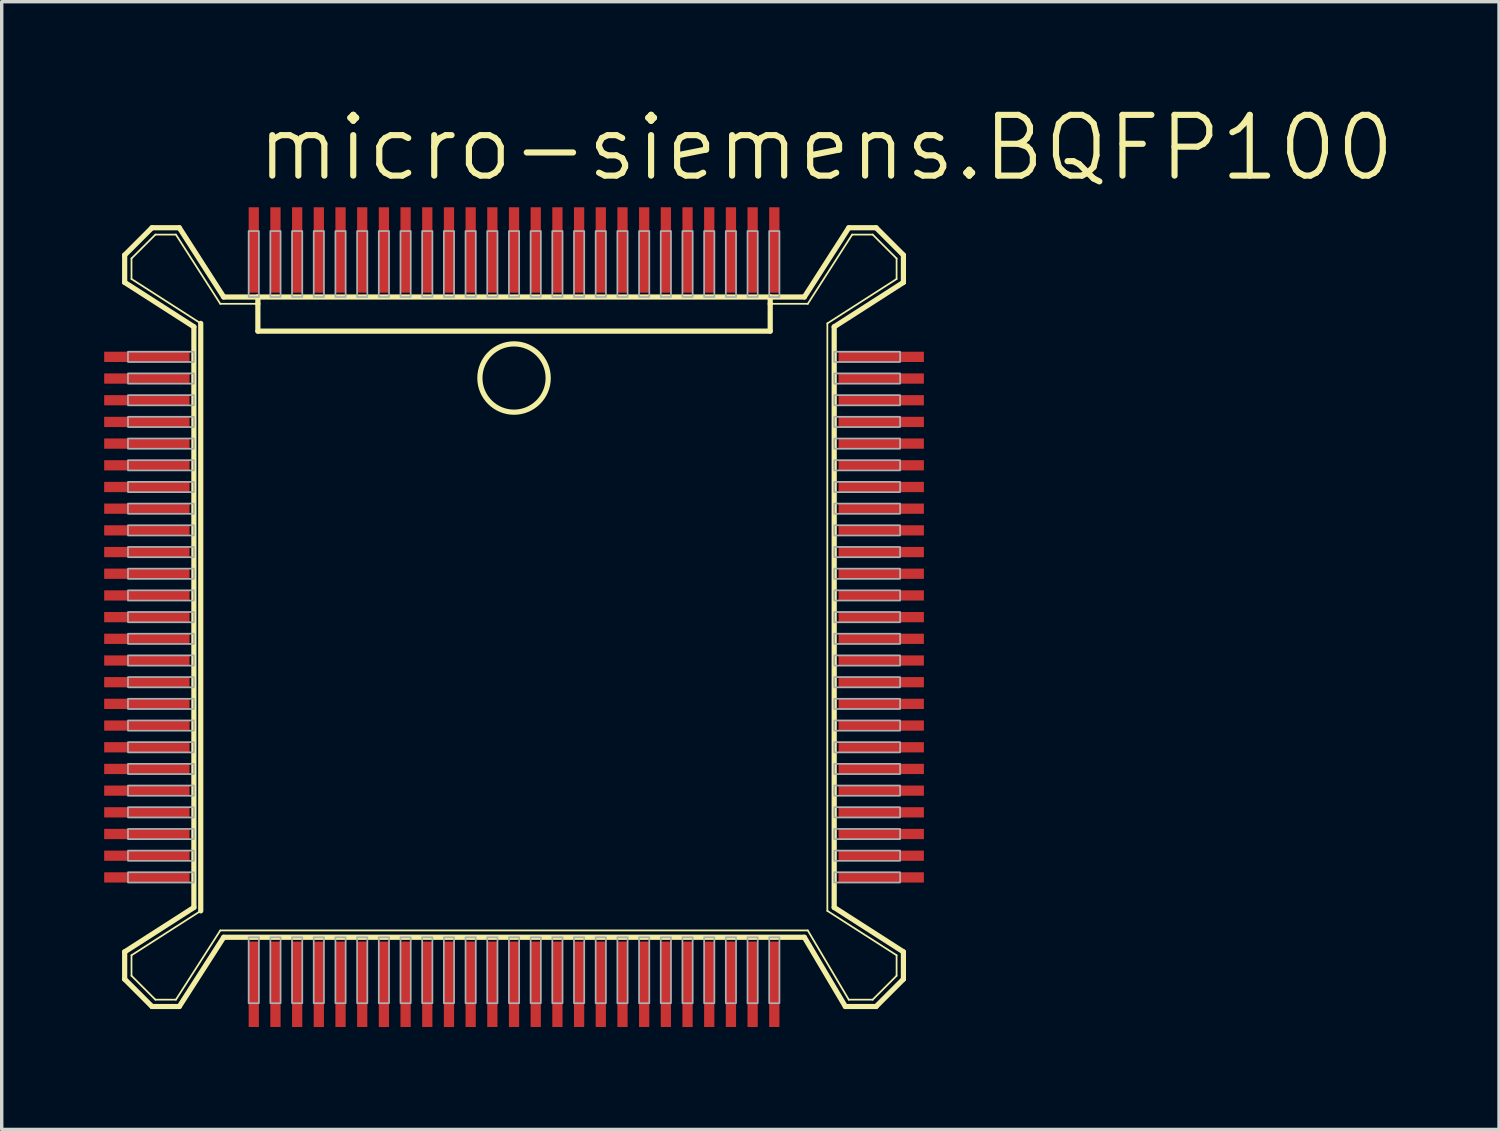
<source format=kicad_pcb>
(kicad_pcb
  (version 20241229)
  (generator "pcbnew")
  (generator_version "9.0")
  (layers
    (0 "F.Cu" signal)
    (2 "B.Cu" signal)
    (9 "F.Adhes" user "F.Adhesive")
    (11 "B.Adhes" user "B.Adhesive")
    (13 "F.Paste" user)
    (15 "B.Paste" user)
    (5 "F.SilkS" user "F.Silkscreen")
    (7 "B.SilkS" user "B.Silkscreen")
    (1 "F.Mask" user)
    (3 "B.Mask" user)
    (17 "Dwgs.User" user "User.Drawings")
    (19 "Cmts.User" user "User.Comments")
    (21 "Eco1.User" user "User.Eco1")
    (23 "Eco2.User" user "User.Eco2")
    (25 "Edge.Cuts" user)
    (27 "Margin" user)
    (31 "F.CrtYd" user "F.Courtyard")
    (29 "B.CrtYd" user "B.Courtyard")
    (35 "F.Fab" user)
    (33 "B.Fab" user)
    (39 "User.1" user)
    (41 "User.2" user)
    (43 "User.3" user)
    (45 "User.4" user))
  (footprint "micro-siemens.BQFP100"
    (layer "F.Cu")
    (at 12 15.018)
    (property "Reference" "micro-siemens.BQFP100" (at -7.62 -12.7 0) (layer "F.SilkS") (effects (font (size 1.778 1.778) (thickness 0.18)) (justify left bottom)))
    (attr smd)
    (fp_line (start -11.4 -10.6) (end -11.4 -9.8) (stroke (width 0.152) (type default)) (layer "F.SilkS"))
    (fp_line (start -11.4 10.6) (end -11.4 9.8) (stroke (width 0.152) (type default)) (layer "F.SilkS"))
    (fp_line (start -11.2 -10.5) (end -10.5 -11.2) (stroke (width 0.051) (type default)) (layer "F.SilkS"))
    (fp_line (start -11.2 -9.9) (end -11.2 -10.5) (stroke (width 0.051) (type default)) (layer "F.SilkS"))
    (fp_line (start -11.2 9.9) (end -9.173 8.6) (stroke (width 0.051) (type default)) (layer "F.SilkS"))
    (fp_line (start -11.2 10.5) (end -11.2 9.9) (stroke (width 0.051) (type default)) (layer "F.SilkS"))
    (fp_line (start -10.6 -11.4) (end -11.4 -10.6) (stroke (width 0.152) (type default)) (layer "F.SilkS"))
    (fp_line (start -10.6 -11.4) (end -9.8 -11.4) (stroke (width 0.152) (type default)) (layer "F.SilkS"))
    (fp_line (start -10.6 11.4) (end -11.4 10.6) (stroke (width 0.152) (type default)) (layer "F.SilkS"))
    (fp_line (start -10.6 11.4) (end -9.8 11.4) (stroke (width 0.152) (type default)) (layer "F.SilkS"))
    (fp_line (start -10.5 -11.2) (end -9.9 -11.2) (stroke (width 0.051) (type default)) (layer "F.SilkS"))
    (fp_line (start -10.5 11.2) (end -11.2 10.5) (stroke (width 0.051) (type default)) (layer "F.SilkS"))
    (fp_line (start -9.9 -11.2) (end -8.6 -9.173) (stroke (width 0.051) (type default)) (layer "F.SilkS"))
    (fp_line (start -9.9 11.2) (end -10.5 11.2) (stroke (width 0.051) (type default)) (layer "F.SilkS"))
    (fp_line (start -9.8 -11.4) (end -8.5 -9.373) (stroke (width 0.152) (type default)) (layer "F.SilkS"))
    (fp_line (start -9.8 11.4) (end -8.5 9.373) (stroke (width 0.152) (type default)) (layer "F.SilkS"))
    (fp_line (start -9.373 -8.5) (end -11.4 -9.8) (stroke (width 0.152) (type default)) (layer "F.SilkS"))
    (fp_line (start -9.373 8.5) (end -11.4 9.8) (stroke (width 0.152) (type default)) (layer "F.SilkS"))
    (fp_line (start -9.373 8.5) (end -9.373 -8.5) (stroke (width 0.152) (type default)) (layer "F.SilkS"))
    (fp_line (start -9.173 -8.6) (end -11.2 -9.9) (stroke (width 0.051) (type default)) (layer "F.SilkS"))
    (fp_line (start -9.173 8.6) (end -9.173 -8.6) (stroke (width 0.152) (type default)) (layer "F.SilkS"))
    (fp_line (start -8.6 -9.173) (end -7.5 -9.173) (stroke (width 0.051) (type default)) (layer "F.SilkS"))
    (fp_line (start -8.6 9.173) (end -9.9 11.2) (stroke (width 0.051) (type default)) (layer "F.SilkS"))
    (fp_line (start -8.5 -9.373) (end -7.5 -9.373) (stroke (width 0.152) (type default)) (layer "F.SilkS"))
    (fp_line (start -7.5 -9.373) (end 7.5 -9.373) (stroke (width 0.152) (type default)) (layer "F.SilkS"))
    (fp_line (start -7.5 -9.173) (end -7.5 -9.373) (stroke (width 0.152) (type default)) (layer "F.SilkS"))
    (fp_line (start -7.5 -8.373) (end -7.5 -9.173) (stroke (width 0.152) (type default)) (layer "F.SilkS"))
    (fp_line (start 7.5 -9.373) (end 7.5 -9.173) (stroke (width 0.152) (type default)) (layer "F.SilkS"))
    (fp_line (start 7.5 -9.373) (end 8.5 -9.373) (stroke (width 0.152) (type default)) (layer "F.SilkS"))
    (fp_line (start 7.5 -9.173) (end 7.5 -8.373) (stroke (width 0.152) (type default)) (layer "F.SilkS"))
    (fp_line (start 7.5 -8.373) (end -7.5 -8.373) (stroke (width 0.152) (type default)) (layer "F.SilkS"))
    (fp_line (start 8.5 9.373) (end -8.5 9.373) (stroke (width 0.152) (type default)) (layer "F.SilkS"))
    (fp_line (start 8.6 -9.173) (end 7.5 -9.173) (stroke (width 0.051) (type default)) (layer "F.SilkS"))
    (fp_line (start 8.6 9.173) (end -8.6 9.173) (stroke (width 0.051) (type default)) (layer "F.SilkS"))
    (fp_line (start 9.173 -8.6) (end 11.2 -9.9) (stroke (width 0.051) (type default)) (layer "F.SilkS"))
    (fp_line (start 9.173 8.6) (end 9.173 -8.6) (stroke (width 0.051) (type default)) (layer "F.SilkS"))
    (fp_line (start 9.373 -8.5) (end 9.373 8.5) (stroke (width 0.152) (type default)) (layer "F.SilkS"))
    (fp_line (start 9.7 11.4) (end 8.5 9.373) (stroke (width 0.152) (type default)) (layer "F.SilkS"))
    (fp_line (start 9.8 -11.4) (end 8.5 -9.373) (stroke (width 0.152) (type default)) (layer "F.SilkS"))
    (fp_line (start 9.8 11.2) (end 8.6 9.173) (stroke (width 0.051) (type default)) (layer "F.SilkS"))
    (fp_line (start 9.9 -11.2) (end 8.6 -9.173) (stroke (width 0.051) (type default)) (layer "F.SilkS"))
    (fp_line (start 10.5 -11.2) (end 9.9 -11.2) (stroke (width 0.051) (type default)) (layer "F.SilkS"))
    (fp_line (start 10.5 11.2) (end 9.8 11.2) (stroke (width 0.051) (type default)) (layer "F.SilkS"))
    (fp_line (start 10.6 -11.4) (end 9.8 -11.4) (stroke (width 0.152) (type default)) (layer "F.SilkS"))
    (fp_line (start 10.6 11.4) (end 9.7 11.4) (stroke (width 0.152) (type default)) (layer "F.SilkS"))
    (fp_line (start 10.6 11.4) (end 11.4 10.6) (stroke (width 0.152) (type default)) (layer "F.SilkS"))
    (fp_line (start 11.2 -10.5) (end 10.5 -11.2) (stroke (width 0.051) (type default)) (layer "F.SilkS"))
    (fp_line (start 11.2 -9.9) (end 11.2 -10.5) (stroke (width 0.051) (type default)) (layer "F.SilkS"))
    (fp_line (start 11.2 9.9) (end 9.173 8.6) (stroke (width 0.051) (type default)) (layer "F.SilkS"))
    (fp_line (start 11.2 10.5) (end 10.5 11.2) (stroke (width 0.051) (type default)) (layer "F.SilkS"))
    (fp_line (start 11.2 10.5) (end 11.2 9.9) (stroke (width 0.051) (type default)) (layer "F.SilkS"))
    (fp_line (start 11.4 -10.6) (end 10.6 -11.4) (stroke (width 0.152) (type default)) (layer "F.SilkS"))
    (fp_line (start 11.4 -10.6) (end 11.4 -9.8) (stroke (width 0.152) (type default)) (layer "F.SilkS"))
    (fp_line (start 11.4 -9.8) (end 9.373 -8.5) (stroke (width 0.152) (type default)) (layer "F.SilkS"))
    (fp_line (start 11.4 9.8) (end 9.373 8.5) (stroke (width 0.152) (type default)) (layer "F.SilkS"))
    (fp_line (start 11.4 10.6) (end 11.4 9.8) (stroke (width 0.152) (type default)) (layer "F.SilkS"))
    (fp_circle (center 0 -7) (end 1 -7) (stroke (width 0.152) (type default)) (fill no) (layer "F.SilkS"))
    (fp_rect (start -11.303 -7.47) (end -9.373 -7.77) (stroke (width 0.05) (type default)) (fill no) (layer "F.Fab"))
    (fp_rect (start -11.303 -6.835) (end -9.373 -7.135) (stroke (width 0.05) (type default)) (fill no) (layer "F.Fab"))
    (fp_rect (start -11.303 -6.2) (end -9.373 -6.5) (stroke (width 0.05) (type default)) (fill no) (layer "F.Fab"))
    (fp_rect (start -11.303 -5.565) (end -9.373 -5.865) (stroke (width 0.05) (type default)) (fill no) (layer "F.Fab"))
    (fp_rect (start -11.303 -4.93) (end -9.373 -5.23) (stroke (width 0.05) (type default)) (fill no) (layer "F.Fab"))
    (fp_rect (start -11.303 -4.295) (end -9.373 -4.595) (stroke (width 0.05) (type default)) (fill no) (layer "F.Fab"))
    (fp_rect (start -11.303 -3.66) (end -9.373 -3.96) (stroke (width 0.05) (type default)) (fill no) (layer "F.Fab"))
    (fp_rect (start -11.303 -3.025) (end -9.373 -3.325) (stroke (width 0.05) (type default)) (fill no) (layer "F.Fab"))
    (fp_rect (start -11.303 -2.39) (end -9.373 -2.69) (stroke (width 0.05) (type default)) (fill no) (layer "F.Fab"))
    (fp_rect (start -11.303 -1.755) (end -9.373 -2.055) (stroke (width 0.05) (type default)) (fill no) (layer "F.Fab"))
    (fp_rect (start -11.303 -1.12) (end -9.373 -1.42) (stroke (width 0.05) (type default)) (fill no) (layer "F.Fab"))
    (fp_rect (start -11.303 -0.485) (end -9.373 -0.785) (stroke (width 0.05) (type default)) (fill no) (layer "F.Fab"))
    (fp_rect (start -11.303 0.15) (end -9.373 -0.15) (stroke (width 0.05) (type default)) (fill no) (layer "F.Fab"))
    (fp_rect (start -11.303 0.785) (end -9.373 0.485) (stroke (width 0.05) (type default)) (fill no) (layer "F.Fab"))
    (fp_rect (start -11.303 1.42) (end -9.373 1.12) (stroke (width 0.05) (type default)) (fill no) (layer "F.Fab"))
    (fp_rect (start -11.303 2.055) (end -9.373 1.755) (stroke (width 0.05) (type default)) (fill no) (layer "F.Fab"))
    (fp_rect (start -11.303 2.69) (end -9.373 2.39) (stroke (width 0.05) (type default)) (fill no) (layer "F.Fab"))
    (fp_rect (start -11.303 3.325) (end -9.373 3.025) (stroke (width 0.05) (type default)) (fill no) (layer "F.Fab"))
    (fp_rect (start -11.303 3.96) (end -9.373 3.66) (stroke (width 0.05) (type default)) (fill no) (layer "F.Fab"))
    (fp_rect (start -11.303 4.595) (end -9.373 4.295) (stroke (width 0.05) (type default)) (fill no) (layer "F.Fab"))
    (fp_rect (start -11.303 5.23) (end -9.373 4.93) (stroke (width 0.05) (type default)) (fill no) (layer "F.Fab"))
    (fp_rect (start -11.303 5.865) (end -9.373 5.565) (stroke (width 0.05) (type default)) (fill no) (layer "F.Fab"))
    (fp_rect (start -11.303 6.5) (end -9.373 6.2) (stroke (width 0.05) (type default)) (fill no) (layer "F.Fab"))
    (fp_rect (start -11.303 7.135) (end -9.373 6.835) (stroke (width 0.05) (type default)) (fill no) (layer "F.Fab"))
    (fp_rect (start -11.303 7.77) (end -9.373 7.47) (stroke (width 0.05) (type default)) (fill no) (layer "F.Fab"))
    (fp_rect (start -7.77 -9.373) (end -7.47 -11.303) (stroke (width 0.05) (type default)) (fill no) (layer "F.Fab"))
    (fp_rect (start -7.77 11.303) (end -7.47 9.373) (stroke (width 0.05) (type default)) (fill no) (layer "F.Fab"))
    (fp_rect (start -7.135 -9.373) (end -6.835 -11.303) (stroke (width 0.05) (type default)) (fill no) (layer "F.Fab"))
    (fp_rect (start -7.135 11.303) (end -6.835 9.373) (stroke (width 0.05) (type default)) (fill no) (layer "F.Fab"))
    (fp_rect (start -6.5 -9.373) (end -6.2 -11.303) (stroke (width 0.05) (type default)) (fill no) (layer "F.Fab"))
    (fp_rect (start -6.5 11.303) (end -6.2 9.373) (stroke (width 0.05) (type default)) (fill no) (layer "F.Fab"))
    (fp_rect (start -5.865 -9.373) (end -5.565 -11.303) (stroke (width 0.05) (type default)) (fill no) (layer "F.Fab"))
    (fp_rect (start -5.865 11.303) (end -5.565 9.373) (stroke (width 0.05) (type default)) (fill no) (layer "F.Fab"))
    (fp_rect (start -5.23 -9.373) (end -4.93 -11.303) (stroke (width 0.05) (type default)) (fill no) (layer "F.Fab"))
    (fp_rect (start -5.23 11.303) (end -4.93 9.373) (stroke (width 0.05) (type default)) (fill no) (layer "F.Fab"))
    (fp_rect (start -4.595 -9.373) (end -4.295 -11.303) (stroke (width 0.05) (type default)) (fill no) (layer "F.Fab"))
    (fp_rect (start -4.595 11.303) (end -4.295 9.373) (stroke (width 0.05) (type default)) (fill no) (layer "F.Fab"))
    (fp_rect (start -3.96 -9.373) (end -3.66 -11.303) (stroke (width 0.05) (type default)) (fill no) (layer "F.Fab"))
    (fp_rect (start -3.96 11.303) (end -3.66 9.373) (stroke (width 0.05) (type default)) (fill no) (layer "F.Fab"))
    (fp_rect (start -3.325 -9.373) (end -3.025 -11.303) (stroke (width 0.05) (type default)) (fill no) (layer "F.Fab"))
    (fp_rect (start -3.325 11.303) (end -3.025 9.373) (stroke (width 0.05) (type default)) (fill no) (layer "F.Fab"))
    (fp_rect (start -2.69 -9.373) (end -2.39 -11.303) (stroke (width 0.05) (type default)) (fill no) (layer "F.Fab"))
    (fp_rect (start -2.69 11.303) (end -2.39 9.373) (stroke (width 0.05) (type default)) (fill no) (layer "F.Fab"))
    (fp_rect (start -2.055 -9.373) (end -1.755 -11.303) (stroke (width 0.05) (type default)) (fill no) (layer "F.Fab"))
    (fp_rect (start -2.055 11.303) (end -1.755 9.373) (stroke (width 0.05) (type default)) (fill no) (layer "F.Fab"))
    (fp_rect (start -1.42 -9.373) (end -1.12 -11.303) (stroke (width 0.05) (type default)) (fill no) (layer "F.Fab"))
    (fp_rect (start -1.42 11.303) (end -1.12 9.373) (stroke (width 0.05) (type default)) (fill no) (layer "F.Fab"))
    (fp_rect (start -0.785 -9.373) (end -0.485 -11.303) (stroke (width 0.05) (type default)) (fill no) (layer "F.Fab"))
    (fp_rect (start -0.785 11.303) (end -0.485 9.373) (stroke (width 0.05) (type default)) (fill no) (layer "F.Fab"))
    (fp_rect (start -0.15 -9.373) (end 0.15 -11.303) (stroke (width 0.05) (type default)) (fill no) (layer "F.Fab"))
    (fp_rect (start -0.15 11.303) (end 0.15 9.373) (stroke (width 0.05) (type default)) (fill no) (layer "F.Fab"))
    (fp_rect (start 0.485 -9.373) (end 0.785 -11.303) (stroke (width 0.05) (type default)) (fill no) (layer "F.Fab"))
    (fp_rect (start 0.485 11.303) (end 0.785 9.373) (stroke (width 0.05) (type default)) (fill no) (layer "F.Fab"))
    (fp_rect (start 1.12 -9.373) (end 1.42 -11.303) (stroke (width 0.05) (type default)) (fill no) (layer "F.Fab"))
    (fp_rect (start 1.12 11.303) (end 1.42 9.373) (stroke (width 0.05) (type default)) (fill no) (layer "F.Fab"))
    (fp_rect (start 1.755 -9.373) (end 2.055 -11.303) (stroke (width 0.05) (type default)) (fill no) (layer "F.Fab"))
    (fp_rect (start 1.755 11.303) (end 2.055 9.373) (stroke (width 0.05) (type default)) (fill no) (layer "F.Fab"))
    (fp_rect (start 2.39 -9.373) (end 2.69 -11.303) (stroke (width 0.05) (type default)) (fill no) (layer "F.Fab"))
    (fp_rect (start 2.39 11.303) (end 2.69 9.373) (stroke (width 0.05) (type default)) (fill no) (layer "F.Fab"))
    (fp_rect (start 3.025 -9.373) (end 3.325 -11.303) (stroke (width 0.05) (type default)) (fill no) (layer "F.Fab"))
    (fp_rect (start 3.025 11.303) (end 3.325 9.373) (stroke (width 0.05) (type default)) (fill no) (layer "F.Fab"))
    (fp_rect (start 3.66 -9.373) (end 3.96 -11.303) (stroke (width 0.05) (type default)) (fill no) (layer "F.Fab"))
    (fp_rect (start 3.66 11.303) (end 3.96 9.373) (stroke (width 0.05) (type default)) (fill no) (layer "F.Fab"))
    (fp_rect (start 4.295 -9.373) (end 4.595 -11.303) (stroke (width 0.05) (type default)) (fill no) (layer "F.Fab"))
    (fp_rect (start 4.295 11.303) (end 4.595 9.373) (stroke (width 0.05) (type default)) (fill no) (layer "F.Fab"))
    (fp_rect (start 4.93 -9.373) (end 5.23 -11.303) (stroke (width 0.05) (type default)) (fill no) (layer "F.Fab"))
    (fp_rect (start 4.93 11.303) (end 5.23 9.373) (stroke (width 0.05) (type default)) (fill no) (layer "F.Fab"))
    (fp_rect (start 5.565 -9.373) (end 5.865 -11.303) (stroke (width 0.05) (type default)) (fill no) (layer "F.Fab"))
    (fp_rect (start 5.565 11.303) (end 5.865 9.373) (stroke (width 0.05) (type default)) (fill no) (layer "F.Fab"))
    (fp_rect (start 6.2 -9.373) (end 6.5 -11.303) (stroke (width 0.05) (type default)) (fill no) (layer "F.Fab"))
    (fp_rect (start 6.2 11.303) (end 6.5 9.373) (stroke (width 0.05) (type default)) (fill no) (layer "F.Fab"))
    (fp_rect (start 6.835 -9.373) (end 7.135 -11.303) (stroke (width 0.05) (type default)) (fill no) (layer "F.Fab"))
    (fp_rect (start 6.835 11.303) (end 7.135 9.373) (stroke (width 0.05) (type default)) (fill no) (layer "F.Fab"))
    (fp_rect (start 7.47 -9.373) (end 7.77 -11.303) (stroke (width 0.05) (type default)) (fill no) (layer "F.Fab"))
    (fp_rect (start 7.47 11.303) (end 7.77 9.373) (stroke (width 0.05) (type default)) (fill no) (layer "F.Fab"))
    (fp_rect (start 9.373 -7.47) (end 11.303 -7.77) (stroke (width 0.05) (type default)) (fill no) (layer "F.Fab"))
    (fp_rect (start 9.373 -6.835) (end 11.303 -7.135) (stroke (width 0.05) (type default)) (fill no) (layer "F.Fab"))
    (fp_rect (start 9.373 -6.2) (end 11.303 -6.5) (stroke (width 0.05) (type default)) (fill no) (layer "F.Fab"))
    (fp_rect (start 9.373 -5.565) (end 11.303 -5.865) (stroke (width 0.05) (type default)) (fill no) (layer "F.Fab"))
    (fp_rect (start 9.373 -4.93) (end 11.303 -5.23) (stroke (width 0.05) (type default)) (fill no) (layer "F.Fab"))
    (fp_rect (start 9.373 -4.295) (end 11.303 -4.595) (stroke (width 0.05) (type default)) (fill no) (layer "F.Fab"))
    (fp_rect (start 9.373 -3.66) (end 11.303 -3.96) (stroke (width 0.05) (type default)) (fill no) (layer "F.Fab"))
    (fp_rect (start 9.373 -3.025) (end 11.303 -3.325) (stroke (width 0.05) (type default)) (fill no) (layer "F.Fab"))
    (fp_rect (start 9.373 -2.39) (end 11.303 -2.69) (stroke (width 0.05) (type default)) (fill no) (layer "F.Fab"))
    (fp_rect (start 9.373 -1.755) (end 11.303 -2.055) (stroke (width 0.05) (type default)) (fill no) (layer "F.Fab"))
    (fp_rect (start 9.373 -1.12) (end 11.303 -1.42) (stroke (width 0.05) (type default)) (fill no) (layer "F.Fab"))
    (fp_rect (start 9.373 -0.485) (end 11.303 -0.785) (stroke (width 0.05) (type default)) (fill no) (layer "F.Fab"))
    (fp_rect (start 9.373 0.15) (end 11.303 -0.15) (stroke (width 0.05) (type default)) (fill no) (layer "F.Fab"))
    (fp_rect (start 9.373 0.785) (end 11.303 0.485) (stroke (width 0.05) (type default)) (fill no) (layer "F.Fab"))
    (fp_rect (start 9.373 1.42) (end 11.303 1.12) (stroke (width 0.05) (type default)) (fill no) (layer "F.Fab"))
    (fp_rect (start 9.373 2.055) (end 11.303 1.755) (stroke (width 0.05) (type default)) (fill no) (layer "F.Fab"))
    (fp_rect (start 9.373 2.69) (end 11.303 2.39) (stroke (width 0.05) (type default)) (fill no) (layer "F.Fab"))
    (fp_rect (start 9.373 3.325) (end 11.303 3.025) (stroke (width 0.05) (type default)) (fill no) (layer "F.Fab"))
    (fp_rect (start 9.373 3.96) (end 11.303 3.66) (stroke (width 0.05) (type default)) (fill no) (layer "F.Fab"))
    (fp_rect (start 9.373 4.595) (end 11.303 4.295) (stroke (width 0.05) (type default)) (fill no) (layer "F.Fab"))
    (fp_rect (start 9.373 5.23) (end 11.303 4.93) (stroke (width 0.05) (type default)) (fill no) (layer "F.Fab"))
    (fp_rect (start 9.373 5.865) (end 11.303 5.565) (stroke (width 0.05) (type default)) (fill no) (layer "F.Fab"))
    (fp_rect (start 9.373 6.5) (end 11.303 6.2) (stroke (width 0.05) (type default)) (fill no) (layer "F.Fab"))
    (fp_rect (start 9.373 7.135) (end 11.303 6.835) (stroke (width 0.05) (type default)) (fill no) (layer "F.Fab"))
    (fp_rect (start 9.373 7.77) (end 11.303 7.47) (stroke (width 0.05) (type default)) (fill no) (layer "F.Fab"))
    (pad "1" smd roundrect (at 0 -10.75) (size 0.3 2.5) (layers "F.Cu" "F.Mask" "F.Paste") (roundrect_rratio 0.01))
    (pad "2" smd roundrect (at -0.635 -10.75) (size 0.3 2.5) (layers "F.Cu" "F.Mask" "F.Paste") (roundrect_rratio 0.01))
    (pad "3" smd roundrect (at -1.27 -10.75) (size 0.3 2.5) (layers "F.Cu" "F.Mask" "F.Paste") (roundrect_rratio 0.01))
    (pad "4" smd roundrect (at -1.905 -10.75) (size 0.3 2.5) (layers "F.Cu" "F.Mask" "F.Paste") (roundrect_rratio 0.01))
    (pad "5" smd roundrect (at -2.54 -10.75) (size 0.3 2.5) (layers "F.Cu" "F.Mask" "F.Paste") (roundrect_rratio 0.01))
    (pad "6" smd roundrect (at -3.175 -10.75) (size 0.3 2.5) (layers "F.Cu" "F.Mask" "F.Paste") (roundrect_rratio 0.01))
    (pad "7" smd roundrect (at -3.81 -10.75) (size 0.3 2.5) (layers "F.Cu" "F.Mask" "F.Paste") (roundrect_rratio 0.01))
    (pad "8" smd roundrect (at -4.445 -10.75) (size 0.3 2.5) (layers "F.Cu" "F.Mask" "F.Paste") (roundrect_rratio 0.01))
    (pad "9" smd roundrect (at -5.08 -10.75) (size 0.3 2.5) (layers "F.Cu" "F.Mask" "F.Paste") (roundrect_rratio 0.01))
    (pad "10" smd roundrect (at -5.715 -10.75) (size 0.3 2.5) (layers "F.Cu" "F.Mask" "F.Paste") (roundrect_rratio 0.01))
    (pad "11" smd roundrect (at -6.35 -10.75) (size 0.3 2.5) (layers "F.Cu" "F.Mask" "F.Paste") (roundrect_rratio 0.01))
    (pad "12" smd roundrect (at -6.985 -10.75) (size 0.3 2.5) (layers "F.Cu" "F.Mask" "F.Paste") (roundrect_rratio 0.01))
    (pad "13" smd roundrect (at -7.62 -10.75) (size 0.3 2.5) (layers "F.Cu" "F.Mask" "F.Paste") (roundrect_rratio 0.01))
    (pad "14" smd roundrect (at -10.75 -7.62) (size 2.5 0.3) (layers "F.Cu" "F.Mask" "F.Paste") (roundrect_rratio 0.01))
    (pad "15" smd roundrect (at -10.75 -6.985) (size 2.5 0.3) (layers "F.Cu" "F.Mask" "F.Paste") (roundrect_rratio 0.01))
    (pad "16" smd roundrect (at -10.75 -6.35) (size 2.5 0.3) (layers "F.Cu" "F.Mask" "F.Paste") (roundrect_rratio 0.01))
    (pad "17" smd roundrect (at -10.75 -5.715) (size 2.5 0.3) (layers "F.Cu" "F.Mask" "F.Paste") (roundrect_rratio 0.01))
    (pad "18" smd roundrect (at -10.75 -5.08) (size 2.5 0.3) (layers "F.Cu" "F.Mask" "F.Paste") (roundrect_rratio 0.01))
    (pad "19" smd roundrect (at -10.75 -4.445) (size 2.5 0.3) (layers "F.Cu" "F.Mask" "F.Paste") (roundrect_rratio 0.01))
    (pad "20" smd roundrect (at -10.75 -3.81) (size 2.5 0.3) (layers "F.Cu" "F.Mask" "F.Paste") (roundrect_rratio 0.01))
    (pad "21" smd roundrect (at -10.75 -3.175) (size 2.5 0.3) (layers "F.Cu" "F.Mask" "F.Paste") (roundrect_rratio 0.01))
    (pad "22" smd roundrect (at -10.75 -2.54) (size 2.5 0.3) (layers "F.Cu" "F.Mask" "F.Paste") (roundrect_rratio 0.01))
    (pad "23" smd roundrect (at -10.75 -1.905) (size 2.5 0.3) (layers "F.Cu" "F.Mask" "F.Paste") (roundrect_rratio 0.01))
    (pad "24" smd roundrect (at -10.75 -1.27) (size 2.5 0.3) (layers "F.Cu" "F.Mask" "F.Paste") (roundrect_rratio 0.01))
    (pad "25" smd roundrect (at -10.75 -0.635) (size 2.5 0.3) (layers "F.Cu" "F.Mask" "F.Paste") (roundrect_rratio 0.01))
    (pad "26" smd roundrect (at -10.75 0) (size 2.5 0.3) (layers "F.Cu" "F.Mask" "F.Paste") (roundrect_rratio 0.01))
    (pad "27" smd roundrect (at -10.75 0.635) (size 2.5 0.3) (layers "F.Cu" "F.Mask" "F.Paste") (roundrect_rratio 0.01))
    (pad "28" smd roundrect (at -10.75 1.27) (size 2.5 0.3) (layers "F.Cu" "F.Mask" "F.Paste") (roundrect_rratio 0.01))
    (pad "29" smd roundrect (at -10.75 1.905) (size 2.5 0.3) (layers "F.Cu" "F.Mask" "F.Paste") (roundrect_rratio 0.01))
    (pad "30" smd roundrect (at -10.75 2.54) (size 2.5 0.3) (layers "F.Cu" "F.Mask" "F.Paste") (roundrect_rratio 0.01))
    (pad "31" smd roundrect (at -10.75 3.175) (size 2.5 0.3) (layers "F.Cu" "F.Mask" "F.Paste") (roundrect_rratio 0.01))
    (pad "32" smd roundrect (at -10.75 3.81) (size 2.5 0.3) (layers "F.Cu" "F.Mask" "F.Paste") (roundrect_rratio 0.01))
    (pad "33" smd roundrect (at -10.75 4.445) (size 2.5 0.3) (layers "F.Cu" "F.Mask" "F.Paste") (roundrect_rratio 0.01))
    (pad "34" smd roundrect (at -10.75 5.08) (size 2.5 0.3) (layers "F.Cu" "F.Mask" "F.Paste") (roundrect_rratio 0.01))
    (pad "35" smd roundrect (at -10.75 5.715) (size 2.5 0.3) (layers "F.Cu" "F.Mask" "F.Paste") (roundrect_rratio 0.01))
    (pad "36" smd roundrect (at -10.75 6.35) (size 2.5 0.3) (layers "F.Cu" "F.Mask" "F.Paste") (roundrect_rratio 0.01))
    (pad "37" smd roundrect (at -10.75 6.985) (size 2.5 0.3) (layers "F.Cu" "F.Mask" "F.Paste") (roundrect_rratio 0.01))
    (pad "38" smd roundrect (at -10.75 7.62) (size 2.5 0.3) (layers "F.Cu" "F.Mask" "F.Paste") (roundrect_rratio 0.01))
    (pad "39" smd roundrect (at -7.62 10.75) (size 0.3 2.5) (layers "F.Cu" "F.Mask" "F.Paste") (roundrect_rratio 0.01))
    (pad "40" smd roundrect (at -6.985 10.75) (size 0.3 2.5) (layers "F.Cu" "F.Mask" "F.Paste") (roundrect_rratio 0.01))
    (pad "41" smd roundrect (at -6.35 10.75) (size 0.3 2.5) (layers "F.Cu" "F.Mask" "F.Paste") (roundrect_rratio 0.01))
    (pad "42" smd roundrect (at -5.715 10.75) (size 0.3 2.5) (layers "F.Cu" "F.Mask" "F.Paste") (roundrect_rratio 0.01))
    (pad "43" smd roundrect (at -5.08 10.75) (size 0.3 2.5) (layers "F.Cu" "F.Mask" "F.Paste") (roundrect_rratio 0.01))
    (pad "44" smd roundrect (at -4.445 10.75) (size 0.3 2.5) (layers "F.Cu" "F.Mask" "F.Paste") (roundrect_rratio 0.01))
    (pad "45" smd roundrect (at -3.81 10.75) (size 0.3 2.5) (layers "F.Cu" "F.Mask" "F.Paste") (roundrect_rratio 0.01))
    (pad "46" smd roundrect (at -3.175 10.75) (size 0.3 2.5) (layers "F.Cu" "F.Mask" "F.Paste") (roundrect_rratio 0.01))
    (pad "47" smd roundrect (at -2.54 10.75) (size 0.3 2.5) (layers "F.Cu" "F.Mask" "F.Paste") (roundrect_rratio 0.01))
    (pad "48" smd roundrect (at -1.905 10.75) (size 0.3 2.5) (layers "F.Cu" "F.Mask" "F.Paste") (roundrect_rratio 0.01))
    (pad "49" smd roundrect (at -1.27 10.75) (size 0.3 2.5) (layers "F.Cu" "F.Mask" "F.Paste") (roundrect_rratio 0.01))
    (pad "50" smd roundrect (at -0.635 10.75) (size 0.3 2.5) (layers "F.Cu" "F.Mask" "F.Paste") (roundrect_rratio 0.01))
    (pad "51" smd roundrect (at 0 10.75) (size 0.3 2.5) (layers "F.Cu" "F.Mask" "F.Paste") (roundrect_rratio 0.01))
    (pad "52" smd roundrect (at 0.635 10.75) (size 0.3 2.5) (layers "F.Cu" "F.Mask" "F.Paste") (roundrect_rratio 0.01))
    (pad "53" smd roundrect (at 1.27 10.75) (size 0.3 2.5) (layers "F.Cu" "F.Mask" "F.Paste") (roundrect_rratio 0.01))
    (pad "54" smd roundrect (at 1.905 10.75) (size 0.3 2.5) (layers "F.Cu" "F.Mask" "F.Paste") (roundrect_rratio 0.01))
    (pad "55" smd roundrect (at 2.54 10.75) (size 0.3 2.5) (layers "F.Cu" "F.Mask" "F.Paste") (roundrect_rratio 0.01))
    (pad "56" smd roundrect (at 3.175 10.75) (size 0.3 2.5) (layers "F.Cu" "F.Mask" "F.Paste") (roundrect_rratio 0.01))
    (pad "57" smd roundrect (at 3.81 10.75) (size 0.3 2.5) (layers "F.Cu" "F.Mask" "F.Paste") (roundrect_rratio 0.01))
    (pad "58" smd roundrect (at 4.445 10.75) (size 0.3 2.5) (layers "F.Cu" "F.Mask" "F.Paste") (roundrect_rratio 0.01))
    (pad "59" smd roundrect (at 5.08 10.75) (size 0.3 2.5) (layers "F.Cu" "F.Mask" "F.Paste") (roundrect_rratio 0.01))
    (pad "60" smd roundrect (at 5.715 10.75) (size 0.3 2.5) (layers "F.Cu" "F.Mask" "F.Paste") (roundrect_rratio 0.01))
    (pad "61" smd roundrect (at 6.35 10.75) (size 0.3 2.5) (layers "F.Cu" "F.Mask" "F.Paste") (roundrect_rratio 0.01))
    (pad "62" smd roundrect (at 6.985 10.75) (size 0.3 2.5) (layers "F.Cu" "F.Mask" "F.Paste") (roundrect_rratio 0.01))
    (pad "63" smd roundrect (at 7.62 10.75) (size 0.3 2.5) (layers "F.Cu" "F.Mask" "F.Paste") (roundrect_rratio 0.01))
    (pad "64" smd roundrect (at 10.75 7.62) (size 2.5 0.3) (layers "F.Cu" "F.Mask" "F.Paste") (roundrect_rratio 0.01))
    (pad "65" smd roundrect (at 10.75 6.985) (size 2.5 0.3) (layers "F.Cu" "F.Mask" "F.Paste") (roundrect_rratio 0.01))
    (pad "66" smd roundrect (at 10.75 6.35) (size 2.5 0.3) (layers "F.Cu" "F.Mask" "F.Paste") (roundrect_rratio 0.01))
    (pad "67" smd roundrect (at 10.75 5.715) (size 2.5 0.3) (layers "F.Cu" "F.Mask" "F.Paste") (roundrect_rratio 0.01))
    (pad "68" smd roundrect (at 10.75 5.08) (size 2.5 0.3) (layers "F.Cu" "F.Mask" "F.Paste") (roundrect_rratio 0.01))
    (pad "69" smd roundrect (at 10.75 4.445) (size 2.5 0.3) (layers "F.Cu" "F.Mask" "F.Paste") (roundrect_rratio 0.01))
    (pad "70" smd roundrect (at 10.75 3.81) (size 2.5 0.3) (layers "F.Cu" "F.Mask" "F.Paste") (roundrect_rratio 0.01))
    (pad "71" smd roundrect (at 10.75 3.175) (size 2.5 0.3) (layers "F.Cu" "F.Mask" "F.Paste") (roundrect_rratio 0.01))
    (pad "72" smd roundrect (at 10.75 2.54) (size 2.5 0.3) (layers "F.Cu" "F.Mask" "F.Paste") (roundrect_rratio 0.01))
    (pad "73" smd roundrect (at 10.75 1.905) (size 2.5 0.3) (layers "F.Cu" "F.Mask" "F.Paste") (roundrect_rratio 0.01))
    (pad "74" smd roundrect (at 10.75 1.27) (size 2.5 0.3) (layers "F.Cu" "F.Mask" "F.Paste") (roundrect_rratio 0.01))
    (pad "75" smd roundrect (at 10.75 0.635) (size 2.5 0.3) (layers "F.Cu" "F.Mask" "F.Paste") (roundrect_rratio 0.01))
    (pad "76" smd roundrect (at 10.75 0) (size 2.5 0.3) (layers "F.Cu" "F.Mask" "F.Paste") (roundrect_rratio 0.01))
    (pad "77" smd roundrect (at 10.75 -0.635) (size 2.5 0.3) (layers "F.Cu" "F.Mask" "F.Paste") (roundrect_rratio 0.01))
    (pad "78" smd roundrect (at 10.75 -1.27) (size 2.5 0.3) (layers "F.Cu" "F.Mask" "F.Paste") (roundrect_rratio 0.01))
    (pad "79" smd roundrect (at 10.75 -1.905) (size 2.5 0.3) (layers "F.Cu" "F.Mask" "F.Paste") (roundrect_rratio 0.01))
    (pad "80" smd roundrect (at 10.75 -2.54) (size 2.5 0.3) (layers "F.Cu" "F.Mask" "F.Paste") (roundrect_rratio 0.01))
    (pad "81" smd roundrect (at 10.75 -3.175) (size 2.5 0.3) (layers "F.Cu" "F.Mask" "F.Paste") (roundrect_rratio 0.01))
    (pad "82" smd roundrect (at 10.75 -3.81) (size 2.5 0.3) (layers "F.Cu" "F.Mask" "F.Paste") (roundrect_rratio 0.01))
    (pad "83" smd roundrect (at 10.75 -4.445) (size 2.5 0.3) (layers "F.Cu" "F.Mask" "F.Paste") (roundrect_rratio 0.01))
    (pad "84" smd roundrect (at 10.75 -5.08) (size 2.5 0.3) (layers "F.Cu" "F.Mask" "F.Paste") (roundrect_rratio 0.01))
    (pad "85" smd roundrect (at 10.75 -5.715) (size 2.5 0.3) (layers "F.Cu" "F.Mask" "F.Paste") (roundrect_rratio 0.01))
    (pad "86" smd roundrect (at 10.75 -6.35) (size 2.5 0.3) (layers "F.Cu" "F.Mask" "F.Paste") (roundrect_rratio 0.01))
    (pad "87" smd roundrect (at 10.75 -6.985) (size 2.5 0.3) (layers "F.Cu" "F.Mask" "F.Paste") (roundrect_rratio 0.01))
    (pad "88" smd roundrect (at 10.75 -7.62) (size 2.5 0.3) (layers "F.Cu" "F.Mask" "F.Paste") (roundrect_rratio 0.01))
    (pad "89" smd roundrect (at 7.62 -10.75) (size 0.3 2.5) (layers "F.Cu" "F.Mask" "F.Paste") (roundrect_rratio 0.01))
    (pad "90" smd roundrect (at 6.985 -10.75) (size 0.3 2.5) (layers "F.Cu" "F.Mask" "F.Paste") (roundrect_rratio 0.01))
    (pad "91" smd roundrect (at 6.35 -10.75) (size 0.3 2.5) (layers "F.Cu" "F.Mask" "F.Paste") (roundrect_rratio 0.01))
    (pad "92" smd roundrect (at 5.715 -10.75) (size 0.3 2.5) (layers "F.Cu" "F.Mask" "F.Paste") (roundrect_rratio 0.01))
    (pad "93" smd roundrect (at 5.08 -10.75) (size 0.3 2.5) (layers "F.Cu" "F.Mask" "F.Paste") (roundrect_rratio 0.01))
    (pad "94" smd roundrect (at 4.445 -10.75) (size 0.3 2.5) (layers "F.Cu" "F.Mask" "F.Paste") (roundrect_rratio 0.01))
    (pad "95" smd roundrect (at 3.81 -10.75) (size 0.3 2.5) (layers "F.Cu" "F.Mask" "F.Paste") (roundrect_rratio 0.01))
    (pad "96" smd roundrect (at 3.175 -10.75) (size 0.3 2.5) (layers "F.Cu" "F.Mask" "F.Paste") (roundrect_rratio 0.01))
    (pad "97" smd roundrect (at 2.54 -10.75) (size 0.3 2.5) (layers "F.Cu" "F.Mask" "F.Paste") (roundrect_rratio 0.01))
    (pad "98" smd roundrect (at 1.905 -10.75) (size 0.3 2.5) (layers "F.Cu" "F.Mask" "F.Paste") (roundrect_rratio 0.01))
    (pad "99" smd roundrect (at 1.27 -10.75) (size 0.3 2.5) (layers "F.Cu" "F.Mask" "F.Paste") (roundrect_rratio 0.01))
    (pad "100" smd roundrect (at 0.635 -10.75) (size 0.3 2.5) (layers "F.Cu" "F.Mask" "F.Paste") (roundrect_rratio 0.01)))
  (gr_rect
    (start -3 -3)
    (end 40.838 30.018)
    (stroke (width 0.1) (type default))
    (fill no)
    (layer "Edge.Cuts")))
</source>
